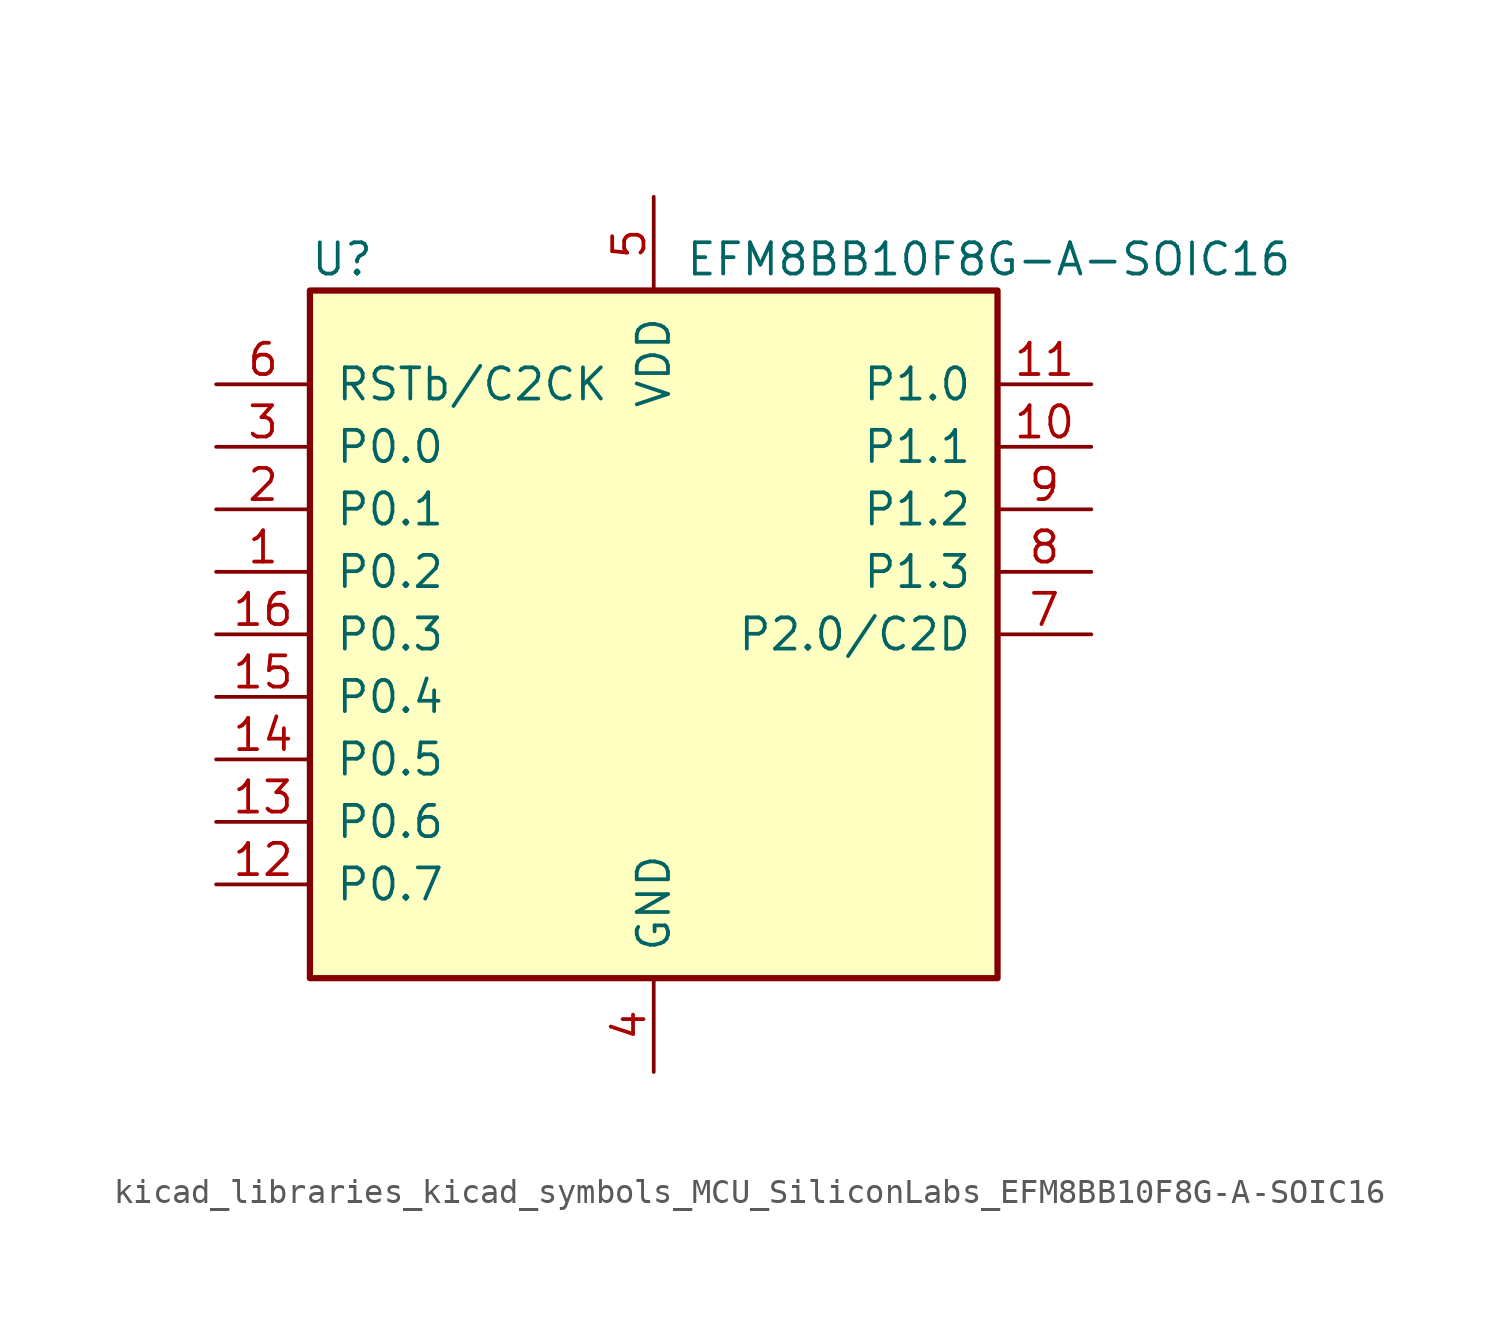
<source format=kicad_sym>
(kicad_symbol_lib
  (version 20220914)
  (generator kicad_symbol_editor)
  (symbol "kicad_libraries_kicad_symbols_MCU_SiliconLabs_EFM8BB10F8G-A-SOIC16"
    (pin_names
      (offset 1.016))
    (property "Reference" "U"
      (at -13.97 15.24 0)
      (effects (font (size 1.27 1.27)) (justify left)))
    (property "Value" "EFM8BB10F8G-A-SOIC16"
      (at 1.27 15.24 0)
      (effects (font (size 1.27 1.27)) (justify left)))
    (symbol "kicad_libraries_kicad_symbols_MCU_SiliconLabs_EFM8BB10F8G-A-SOIC16_0_1"
      (rectangle (start -13.97 13.97) (end 13.97 -13.97) (stroke (width 0.254) (type default)) (fill (type background)))
      (pin bidirectional line (at -17.78 2.54 0) (length 3.81) (name "P0.2" (effects (font (size 1.27 1.27)))) (number "1" (effects (font (size 1.27 1.27)))))
      (pin bidirectional line (at 17.78 7.62 180) (length 3.81) (name "P1.1" (effects (font (size 1.27 1.27)))) (number "10" (effects (font (size 1.27 1.27)))))
      (pin bidirectional line (at 17.78 10.16 180) (length 3.81) (name "P1.0" (effects (font (size 1.27 1.27)))) (number "11" (effects (font (size 1.27 1.27)))))
      (pin bidirectional line (at -17.78 -10.16 0) (length 3.81) (name "P0.7" (effects (font (size 1.27 1.27)))) (number "12" (effects (font (size 1.27 1.27)))))
      (pin bidirectional line (at -17.78 -7.62 0) (length 3.81) (name "P0.6" (effects (font (size 1.27 1.27)))) (number "13" (effects (font (size 1.27 1.27)))))
      (pin bidirectional line (at -17.78 -5.08 0) (length 3.81) (name "P0.5" (effects (font (size 1.27 1.27)))) (number "14" (effects (font (size 1.27 1.27)))))
      (pin bidirectional line (at -17.78 -2.54 0) (length 3.81) (name "P0.4" (effects (font (size 1.27 1.27)))) (number "15" (effects (font (size 1.27 1.27)))))
      (pin bidirectional line (at -17.78 0 0) (length 3.81) (name "P0.3" (effects (font (size 1.27 1.27)))) (number "16" (effects (font (size 1.27 1.27)))))
      (pin bidirectional line (at -17.78 5.08 0) (length 3.81) (name "P0.1" (effects (font (size 1.27 1.27)))) (number "2" (effects (font (size 1.27 1.27)))))
      (pin bidirectional line (at -17.78 7.62 0) (length 3.81) (name "P0.0" (effects (font (size 1.27 1.27)))) (number "3" (effects (font (size 1.27 1.27)))))
      (pin power_in line (at 0 -17.78 90) (length 3.81) (name "GND" (effects (font (size 1.27 1.27)))) (number "4" (effects (font (size 1.27 1.27)))))
      (pin power_in line (at 0 17.78 270) (length 3.81) (name "VDD" (effects (font (size 1.27 1.27)))) (number "5" (effects (font (size 1.27 1.27)))))
      (pin input line (at -17.78 10.16 0) (length 3.81) (name "RSTb/C2CK" (effects (font (size 1.27 1.27)))) (number "6" (effects (font (size 1.27 1.27)))))
      (pin bidirectional line (at 17.78 0 180) (length 3.81) (name "P2.0/C2D" (effects (font (size 1.27 1.27)))) (number "7" (effects (font (size 1.27 1.27)))))
      (pin bidirectional line (at 17.78 2.54 180) (length 3.81) (name "P1.3" (effects (font (size 1.27 1.27)))) (number "8" (effects (font (size 1.27 1.27)))))
      (pin bidirectional line (at 17.78 5.08 180) (length 3.81) (name "P1.2" (effects (font (size 1.27 1.27)))) (number "9" (effects (font (size 1.27 1.27))))))))
</source>
